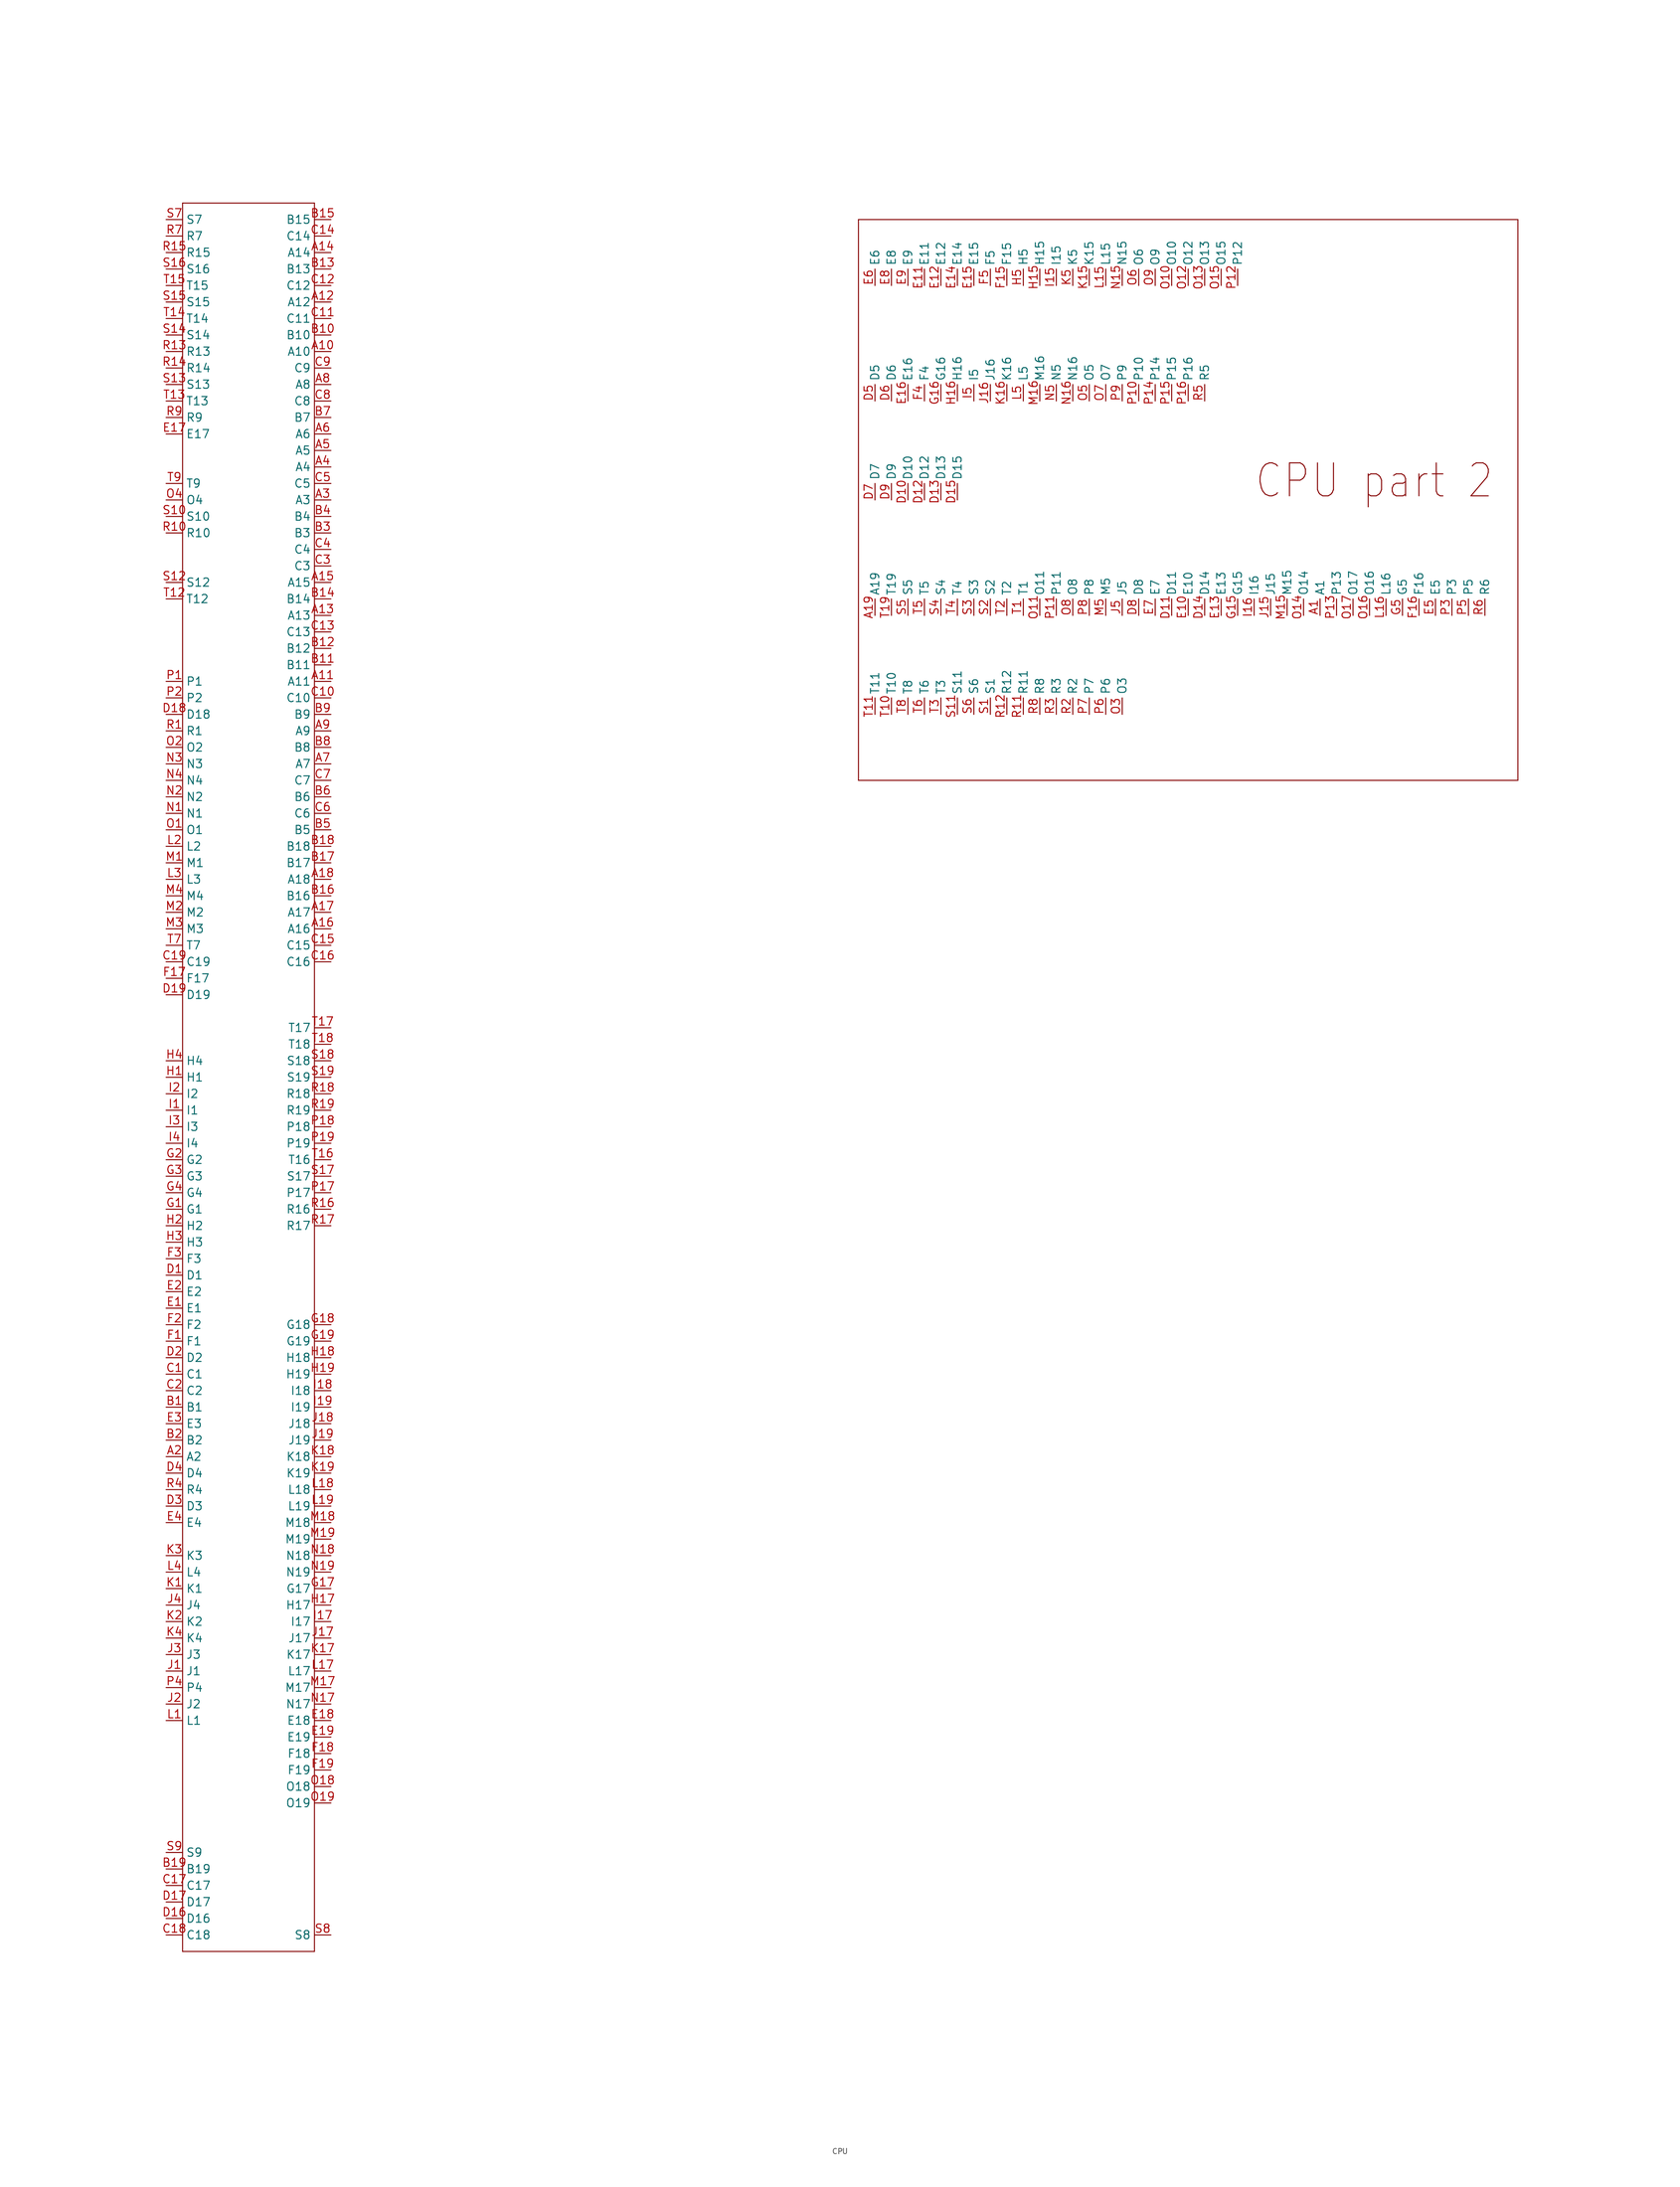
<source format=kicad_sym>
(kicad_symbol_lib
  (version 20231120)
  (generator "kicad_symbol_editor")
  (generator_version "8.0")
  (symbol "CPU"
    (property "Reference" ""
      (at -7.62 76.2 0)
      (effects (font (size 1.778 1.511)) (justify left bottom) (hide yes)))
    (property "Value" ""
      (at -10.16 -195.58 0)
      (effects (font (size 1.778 1.511)) (justify left bottom)))
    (property "ki_locked" ""
      (at 0 0 0)
      (effects (font (size 1.27 1.27))))
    (symbol "CPU_1_0"
      (polyline (pts (xy -10.16 76.2) (xy -10.16 -193.04)) (stroke (width 0.152) (type solid)) (fill (type none)))
      (polyline (pts (xy -10.16 76.2) (xy 10.16 76.2)) (stroke (width 0.152) (type solid)) (fill (type none)))
      (polyline (pts (xy 10.16 -193.04) (xy -10.16 -193.04)) (stroke (width 0.152) (type solid)) (fill (type none)))
      (polyline (pts (xy 10.16 76.2) (xy 10.16 -193.04)) (stroke (width 0.152) (type solid)) (fill (type none)))
      (polyline (pts (xy 93.98 -12.7) (xy 195.58 -12.7)) (stroke (width 0.152) (type solid)) (fill (type none)))
      (polyline (pts (xy 93.98 73.66) (xy 93.98 -12.7)) (stroke (width 0.152) (type solid)) (fill (type none)))
      (polyline (pts (xy 195.58 -12.7) (xy 195.58 73.66)) (stroke (width 0.152) (type solid)) (fill (type none)))
      (polyline (pts (xy 195.58 73.66) (xy 93.98 73.66)) (stroke (width 0.152) (type solid)) (fill (type none)))
      (text "CPU part 2" (at 154.94 30.48 0) (effects (font (size 5.08 4.318)) (justify left bottom)))
      (pin bidirectional line (at 165.1 12.7 90) (length 2.54) (name "A1" (effects (font (size 1.27 1.27)))) (number "A1" (effects (font (size 1.27 1.27)))))
      (pin bidirectional line (at 12.7 53.34 180) (length 2.54) (name "A10" (effects (font (size 1.27 1.27)))) (number "A10" (effects (font (size 1.27 1.27)))))
      (pin bidirectional line (at 12.7 2.54 180) (length 2.54) (name "A11" (effects (font (size 1.27 1.27)))) (number "A11" (effects (font (size 1.27 1.27)))))
      (pin bidirectional line (at 12.7 60.96 180) (length 2.54) (name "A12" (effects (font (size 1.27 1.27)))) (number "A12" (effects (font (size 1.27 1.27)))))
      (pin bidirectional line (at 12.7 12.7 180) (length 2.54) (name "A13" (effects (font (size 1.27 1.27)))) (number "A13" (effects (font (size 1.27 1.27)))))
      (pin bidirectional line (at 12.7 68.58 180) (length 2.54) (name "A14" (effects (font (size 1.27 1.27)))) (number "A14" (effects (font (size 1.27 1.27)))))
      (pin bidirectional line (at 12.7 17.78 180) (length 2.54) (name "A15" (effects (font (size 1.27 1.27)))) (number "A15" (effects (font (size 1.27 1.27)))))
      (pin bidirectional line (at 12.7 -35.56 180) (length 2.54) (name "A16" (effects (font (size 1.27 1.27)))) (number "A16" (effects (font (size 1.27 1.27)))))
      (pin bidirectional line (at 12.7 -33.02 180) (length 2.54) (name "A17" (effects (font (size 1.27 1.27)))) (number "A17" (effects (font (size 1.27 1.27)))))
      (pin bidirectional line (at 12.7 -27.94 180) (length 2.54) (name "A18" (effects (font (size 1.27 1.27)))) (number "A18" (effects (font (size 1.27 1.27)))))
      (pin bidirectional line (at 96.52 12.7 90) (length 2.54) (name "A19" (effects (font (size 1.27 1.27)))) (number "A19" (effects (font (size 1.27 1.27)))))
      (pin bidirectional line (at -12.7 -116.84 0) (length 2.54) (name "A2" (effects (font (size 1.27 1.27)))) (number "A2" (effects (font (size 1.27 1.27)))))
      (pin bidirectional line (at 12.7 30.48 180) (length 2.54) (name "A3" (effects (font (size 1.27 1.27)))) (number "A3" (effects (font (size 1.27 1.27)))))
      (pin bidirectional line (at 12.7 35.56 180) (length 2.54) (name "A4" (effects (font (size 1.27 1.27)))) (number "A4" (effects (font (size 1.27 1.27)))))
      (pin bidirectional line (at 12.7 38.1 180) (length 2.54) (name "A5" (effects (font (size 1.27 1.27)))) (number "A5" (effects (font (size 1.27 1.27)))))
      (pin bidirectional line (at 12.7 40.64 180) (length 2.54) (name "A6" (effects (font (size 1.27 1.27)))) (number "A6" (effects (font (size 1.27 1.27)))))
      (pin bidirectional line (at 12.7 -10.16 180) (length 2.54) (name "A7" (effects (font (size 1.27 1.27)))) (number "A7" (effects (font (size 1.27 1.27)))))
      (pin bidirectional line (at 12.7 48.26 180) (length 2.54) (name "A8" (effects (font (size 1.27 1.27)))) (number "A8" (effects (font (size 1.27 1.27)))))
      (pin bidirectional line (at 12.7 -5.08 180) (length 2.54) (name "A9" (effects (font (size 1.27 1.27)))) (number "A9" (effects (font (size 1.27 1.27)))))
      (pin bidirectional line (at -12.7 -109.22 0) (length 2.54) (name "B1" (effects (font (size 1.27 1.27)))) (number "B1" (effects (font (size 1.27 1.27)))))
      (pin bidirectional line (at 12.7 55.88 180) (length 2.54) (name "B10" (effects (font (size 1.27 1.27)))) (number "B10" (effects (font (size 1.27 1.27)))))
      (pin bidirectional line (at 12.7 5.08 180) (length 2.54) (name "B11" (effects (font (size 1.27 1.27)))) (number "B11" (effects (font (size 1.27 1.27)))))
      (pin bidirectional line (at 12.7 7.62 180) (length 2.54) (name "B12" (effects (font (size 1.27 1.27)))) (number "B12" (effects (font (size 1.27 1.27)))))
      (pin bidirectional line (at 12.7 66.04 180) (length 2.54) (name "B13" (effects (font (size 1.27 1.27)))) (number "B13" (effects (font (size 1.27 1.27)))))
      (pin bidirectional line (at 12.7 15.24 180) (length 2.54) (name "B14" (effects (font (size 1.27 1.27)))) (number "B14" (effects (font (size 1.27 1.27)))))
      (pin bidirectional line (at 12.7 73.66 180) (length 2.54) (name "B15" (effects (font (size 1.27 1.27)))) (number "B15" (effects (font (size 1.27 1.27)))))
      (pin bidirectional line (at 12.7 -30.48 180) (length 2.54) (name "B16" (effects (font (size 1.27 1.27)))) (number "B16" (effects (font (size 1.27 1.27)))))
      (pin bidirectional line (at 12.7 -25.4 180) (length 2.54) (name "B17" (effects (font (size 1.27 1.27)))) (number "B17" (effects (font (size 1.27 1.27)))))
      (pin bidirectional line (at 12.7 -22.86 180) (length 2.54) (name "B18" (effects (font (size 1.27 1.27)))) (number "B18" (effects (font (size 1.27 1.27)))))
      (pin bidirectional line (at -12.7 -180.34 0) (length 2.54) (name "B19" (effects (font (size 1.27 1.27)))) (number "B19" (effects (font (size 1.27 1.27)))))
      (pin bidirectional line (at -12.7 -114.3 0) (length 2.54) (name "B2" (effects (font (size 1.27 1.27)))) (number "B2" (effects (font (size 1.27 1.27)))))
      (pin bidirectional line (at 12.7 25.4 180) (length 2.54) (name "B3" (effects (font (size 1.27 1.27)))) (number "B3" (effects (font (size 1.27 1.27)))))
      (pin bidirectional line (at 12.7 27.94 180) (length 2.54) (name "B4" (effects (font (size 1.27 1.27)))) (number "B4" (effects (font (size 1.27 1.27)))))
      (pin bidirectional line (at 12.7 -20.32 180) (length 2.54) (name "B5" (effects (font (size 1.27 1.27)))) (number "B5" (effects (font (size 1.27 1.27)))))
      (pin bidirectional line (at 12.7 -15.24 180) (length 2.54) (name "B6" (effects (font (size 1.27 1.27)))) (number "B6" (effects (font (size 1.27 1.27)))))
      (pin bidirectional line (at 12.7 43.18 180) (length 2.54) (name "B7" (effects (font (size 1.27 1.27)))) (number "B7" (effects (font (size 1.27 1.27)))))
      (pin bidirectional line (at 12.7 -7.62 180) (length 2.54) (name "B8" (effects (font (size 1.27 1.27)))) (number "B8" (effects (font (size 1.27 1.27)))))
      (pin bidirectional line (at 12.7 -2.54 180) (length 2.54) (name "B9" (effects (font (size 1.27 1.27)))) (number "B9" (effects (font (size 1.27 1.27)))))
      (pin bidirectional line (at -12.7 -104.14 0) (length 2.54) (name "C1" (effects (font (size 1.27 1.27)))) (number "C1" (effects (font (size 1.27 1.27)))))
      (pin bidirectional line (at 12.7 0 180) (length 2.54) (name "C10" (effects (font (size 1.27 1.27)))) (number "C10" (effects (font (size 1.27 1.27)))))
      (pin bidirectional line (at 12.7 58.42 180) (length 2.54) (name "C11" (effects (font (size 1.27 1.27)))) (number "C11" (effects (font (size 1.27 1.27)))))
      (pin bidirectional line (at 12.7 63.5 180) (length 2.54) (name "C12" (effects (font (size 1.27 1.27)))) (number "C12" (effects (font (size 1.27 1.27)))))
      (pin bidirectional line (at 12.7 10.16 180) (length 2.54) (name "C13" (effects (font (size 1.27 1.27)))) (number "C13" (effects (font (size 1.27 1.27)))))
      (pin bidirectional line (at 12.7 71.12 180) (length 2.54) (name "C14" (effects (font (size 1.27 1.27)))) (number "C14" (effects (font (size 1.27 1.27)))))
      (pin bidirectional line (at 12.7 -38.1 180) (length 2.54) (name "C15" (effects (font (size 1.27 1.27)))) (number "C15" (effects (font (size 1.27 1.27)))))
      (pin bidirectional line (at 12.7 -40.64 180) (length 2.54) (name "C16" (effects (font (size 1.27 1.27)))) (number "C16" (effects (font (size 1.27 1.27)))))
      (pin bidirectional line (at -12.7 -182.88 0) (length 2.54) (name "C17" (effects (font (size 1.27 1.27)))) (number "C17" (effects (font (size 1.27 1.27)))))
      (pin bidirectional line (at -12.7 -190.5 0) (length 2.54) (name "C18" (effects (font (size 1.27 1.27)))) (number "C18" (effects (font (size 1.27 1.27)))))
      (pin bidirectional line (at -12.7 -40.64 0) (length 2.54) (name "C19" (effects (font (size 1.27 1.27)))) (number "C19" (effects (font (size 1.27 1.27)))))
      (pin bidirectional line (at -12.7 -106.68 0) (length 2.54) (name "C2" (effects (font (size 1.27 1.27)))) (number "C2" (effects (font (size 1.27 1.27)))))
      (pin bidirectional line (at 12.7 20.32 180) (length 2.54) (name "C3" (effects (font (size 1.27 1.27)))) (number "C3" (effects (font (size 1.27 1.27)))))
      (pin bidirectional line (at 12.7 22.86 180) (length 2.54) (name "C4" (effects (font (size 1.27 1.27)))) (number "C4" (effects (font (size 1.27 1.27)))))
      (pin bidirectional line (at 12.7 33.02 180) (length 2.54) (name "C5" (effects (font (size 1.27 1.27)))) (number "C5" (effects (font (size 1.27 1.27)))))
      (pin bidirectional line (at 12.7 -17.78 180) (length 2.54) (name "C6" (effects (font (size 1.27 1.27)))) (number "C6" (effects (font (size 1.27 1.27)))))
      (pin bidirectional line (at 12.7 -12.7 180) (length 2.54) (name "C7" (effects (font (size 1.27 1.27)))) (number "C7" (effects (font (size 1.27 1.27)))))
      (pin bidirectional line (at 12.7 45.72 180) (length 2.54) (name "C8" (effects (font (size 1.27 1.27)))) (number "C8" (effects (font (size 1.27 1.27)))))
      (pin bidirectional line (at 12.7 50.8 180) (length 2.54) (name "C9" (effects (font (size 1.27 1.27)))) (number "C9" (effects (font (size 1.27 1.27)))))
      (pin bidirectional line (at -12.7 -88.9 0) (length 2.54) (name "D1" (effects (font (size 1.27 1.27)))) (number "D1" (effects (font (size 1.27 1.27)))))
      (pin bidirectional line (at 101.6 30.48 90) (length 2.54) (name "D10" (effects (font (size 1.27 1.27)))) (number "D10" (effects (font (size 1.27 1.27)))))
      (pin bidirectional line (at 142.24 12.7 90) (length 2.54) (name "D11" (effects (font (size 1.27 1.27)))) (number "D11" (effects (font (size 1.27 1.27)))))
      (pin bidirectional line (at 104.14 30.48 90) (length 2.54) (name "D12" (effects (font (size 1.27 1.27)))) (number "D12" (effects (font (size 1.27 1.27)))))
      (pin bidirectional line (at 106.68 30.48 90) (length 2.54) (name "D13" (effects (font (size 1.27 1.27)))) (number "D13" (effects (font (size 1.27 1.27)))))
      (pin bidirectional line (at 147.32 12.7 90) (length 2.54) (name "D14" (effects (font (size 1.27 1.27)))) (number "D14" (effects (font (size 1.27 1.27)))))
      (pin bidirectional line (at 109.22 30.48 90) (length 2.54) (name "D15" (effects (font (size 1.27 1.27)))) (number "D15" (effects (font (size 1.27 1.27)))))
      (pin bidirectional line (at -12.7 -187.96 0) (length 2.54) (name "D16" (effects (font (size 1.27 1.27)))) (number "D16" (effects (font (size 1.27 1.27)))))
      (pin bidirectional line (at -12.7 -185.42 0) (length 2.54) (name "D17" (effects (font (size 1.27 1.27)))) (number "D17" (effects (font (size 1.27 1.27)))))
      (pin bidirectional line (at -12.7 -2.54 0) (length 2.54) (name "D18" (effects (font (size 1.27 1.27)))) (number "D18" (effects (font (size 1.27 1.27)))))
      (pin bidirectional line (at -12.7 -45.72 0) (length 2.54) (name "D19" (effects (font (size 1.27 1.27)))) (number "D19" (effects (font (size 1.27 1.27)))))
      (pin bidirectional line (at -12.7 -101.6 0) (length 2.54) (name "D2" (effects (font (size 1.27 1.27)))) (number "D2" (effects (font (size 1.27 1.27)))))
      (pin bidirectional line (at -12.7 -124.46 0) (length 2.54) (name "D3" (effects (font (size 1.27 1.27)))) (number "D3" (effects (font (size 1.27 1.27)))))
      (pin bidirectional line (at -12.7 -119.38 0) (length 2.54) (name "D4" (effects (font (size 1.27 1.27)))) (number "D4" (effects (font (size 1.27 1.27)))))
      (pin bidirectional line (at 96.52 45.72 90) (length 2.54) (name "D5" (effects (font (size 1.27 1.27)))) (number "D5" (effects (font (size 1.27 1.27)))))
      (pin bidirectional line (at 99.06 45.72 90) (length 2.54) (name "D6" (effects (font (size 1.27 1.27)))) (number "D6" (effects (font (size 1.27 1.27)))))
      (pin bidirectional line (at 96.52 30.48 90) (length 2.54) (name "D7" (effects (font (size 1.27 1.27)))) (number "D7" (effects (font (size 1.27 1.27)))))
      (pin bidirectional line (at 137.16 12.7 90) (length 2.54) (name "D8" (effects (font (size 1.27 1.27)))) (number "D8" (effects (font (size 1.27 1.27)))))
      (pin bidirectional line (at 99.06 30.48 90) (length 2.54) (name "D9" (effects (font (size 1.27 1.27)))) (number "D9" (effects (font (size 1.27 1.27)))))
      (pin bidirectional line (at -12.7 -93.98 0) (length 2.54) (name "E1" (effects (font (size 1.27 1.27)))) (number "E1" (effects (font (size 1.27 1.27)))))
      (pin bidirectional line (at 144.78 12.7 90) (length 2.54) (name "E10" (effects (font (size 1.27 1.27)))) (number "E10" (effects (font (size 1.27 1.27)))))
      (pin bidirectional line (at 104.14 63.5 90) (length 2.54) (name "E11" (effects (font (size 1.27 1.27)))) (number "E11" (effects (font (size 1.27 1.27)))))
      (pin bidirectional line (at 106.68 63.5 90) (length 2.54) (name "E12" (effects (font (size 1.27 1.27)))) (number "E12" (effects (font (size 1.27 1.27)))))
      (pin bidirectional line (at 149.86 12.7 90) (length 2.54) (name "E13" (effects (font (size 1.27 1.27)))) (number "E13" (effects (font (size 1.27 1.27)))))
      (pin bidirectional line (at 109.22 63.5 90) (length 2.54) (name "E14" (effects (font (size 1.27 1.27)))) (number "E14" (effects (font (size 1.27 1.27)))))
      (pin bidirectional line (at 111.76 63.5 90) (length 2.54) (name "E15" (effects (font (size 1.27 1.27)))) (number "E15" (effects (font (size 1.27 1.27)))))
      (pin bidirectional line (at 101.6 45.72 90) (length 2.54) (name "E16" (effects (font (size 1.27 1.27)))) (number "E16" (effects (font (size 1.27 1.27)))))
      (pin bidirectional line (at -12.7 40.64 0) (length 2.54) (name "E17" (effects (font (size 1.27 1.27)))) (number "E17" (effects (font (size 1.27 1.27)))))
      (pin bidirectional line (at 12.7 -157.48 180) (length 2.54) (name "E18" (effects (font (size 1.27 1.27)))) (number "E18" (effects (font (size 1.27 1.27)))))
      (pin bidirectional line (at 12.7 -160.02 180) (length 2.54) (name "E19" (effects (font (size 1.27 1.27)))) (number "E19" (effects (font (size 1.27 1.27)))))
      (pin bidirectional line (at -12.7 -91.44 0) (length 2.54) (name "E2" (effects (font (size 1.27 1.27)))) (number "E2" (effects (font (size 1.27 1.27)))))
      (pin bidirectional line (at -12.7 -111.76 0) (length 2.54) (name "E3" (effects (font (size 1.27 1.27)))) (number "E3" (effects (font (size 1.27 1.27)))))
      (pin bidirectional line (at -12.7 -127 0) (length 2.54) (name "E4" (effects (font (size 1.27 1.27)))) (number "E4" (effects (font (size 1.27 1.27)))))
      (pin bidirectional line (at 182.88 12.7 90) (length 2.54) (name "E5" (effects (font (size 1.27 1.27)))) (number "E5" (effects (font (size 1.27 1.27)))))
      (pin bidirectional line (at 96.52 63.5 90) (length 2.54) (name "E6" (effects (font (size 1.27 1.27)))) (number "E6" (effects (font (size 1.27 1.27)))))
      (pin bidirectional line (at 139.7 12.7 90) (length 2.54) (name "E7" (effects (font (size 1.27 1.27)))) (number "E7" (effects (font (size 1.27 1.27)))))
      (pin bidirectional line (at 99.06 63.5 90) (length 2.54) (name "E8" (effects (font (size 1.27 1.27)))) (number "E8" (effects (font (size 1.27 1.27)))))
      (pin bidirectional line (at 101.6 63.5 90) (length 2.54) (name "E9" (effects (font (size 1.27 1.27)))) (number "E9" (effects (font (size 1.27 1.27)))))
      (pin bidirectional line (at -12.7 -99.06 0) (length 2.54) (name "F1" (effects (font (size 1.27 1.27)))) (number "F1" (effects (font (size 1.27 1.27)))))
      (pin bidirectional line (at 116.84 63.5 90) (length 2.54) (name "F15" (effects (font (size 1.27 1.27)))) (number "F15" (effects (font (size 1.27 1.27)))))
      (pin bidirectional line (at 180.34 12.7 90) (length 2.54) (name "F16" (effects (font (size 1.27 1.27)))) (number "F16" (effects (font (size 1.27 1.27)))))
      (pin bidirectional line (at -12.7 -43.18 0) (length 2.54) (name "F17" (effects (font (size 1.27 1.27)))) (number "F17" (effects (font (size 1.27 1.27)))))
      (pin bidirectional line (at 12.7 -162.56 180) (length 2.54) (name "F18" (effects (font (size 1.27 1.27)))) (number "F18" (effects (font (size 1.27 1.27)))))
      (pin bidirectional line (at 12.7 -165.1 180) (length 2.54) (name "F19" (effects (font (size 1.27 1.27)))) (number "F19" (effects (font (size 1.27 1.27)))))
      (pin bidirectional line (at -12.7 -96.52 0) (length 2.54) (name "F2" (effects (font (size 1.27 1.27)))) (number "F2" (effects (font (size 1.27 1.27)))))
      (pin bidirectional line (at -12.7 -86.36 0) (length 2.54) (name "F3" (effects (font (size 1.27 1.27)))) (number "F3" (effects (font (size 1.27 1.27)))))
      (pin bidirectional line (at 104.14 45.72 90) (length 2.54) (name "F4" (effects (font (size 1.27 1.27)))) (number "F4" (effects (font (size 1.27 1.27)))))
      (pin bidirectional line (at 114.3 63.5 90) (length 2.54) (name "F5" (effects (font (size 1.27 1.27)))) (number "F5" (effects (font (size 1.27 1.27)))))
      (pin bidirectional line (at -12.7 -78.74 0) (length 2.54) (name "G1" (effects (font (size 1.27 1.27)))) (number "G1" (effects (font (size 1.27 1.27)))))
      (pin bidirectional line (at 152.4 12.7 90) (length 2.54) (name "G15" (effects (font (size 1.27 1.27)))) (number "G15" (effects (font (size 1.27 1.27)))))
      (pin bidirectional line (at 106.68 45.72 90) (length 2.54) (name "G16" (effects (font (size 1.27 1.27)))) (number "G16" (effects (font (size 1.27 1.27)))))
      (pin bidirectional line (at 12.7 -137.16 180) (length 2.54) (name "G17" (effects (font (size 1.27 1.27)))) (number "G17" (effects (font (size 1.27 1.27)))))
      (pin bidirectional line (at 12.7 -96.52 180) (length 2.54) (name "G18" (effects (font (size 1.27 1.27)))) (number "G18" (effects (font (size 1.27 1.27)))))
      (pin bidirectional line (at 12.7 -99.06 180) (length 2.54) (name "G19" (effects (font (size 1.27 1.27)))) (number "G19" (effects (font (size 1.27 1.27)))))
      (pin bidirectional line (at -12.7 -71.12 0) (length 2.54) (name "G2" (effects (font (size 1.27 1.27)))) (number "G2" (effects (font (size 1.27 1.27)))))
      (pin bidirectional line (at -12.7 -73.66 0) (length 2.54) (name "G3" (effects (font (size 1.27 1.27)))) (number "G3" (effects (font (size 1.27 1.27)))))
      (pin bidirectional line (at -12.7 -76.2 0) (length 2.54) (name "G4" (effects (font (size 1.27 1.27)))) (number "G4" (effects (font (size 1.27 1.27)))))
      (pin bidirectional line (at 177.8 12.7 90) (length 2.54) (name "G5" (effects (font (size 1.27 1.27)))) (number "G5" (effects (font (size 1.27 1.27)))))
      (pin bidirectional line (at -12.7 -58.42 0) (length 2.54) (name "H1" (effects (font (size 1.27 1.27)))) (number "H1" (effects (font (size 1.27 1.27)))))
      (pin bidirectional line (at 121.92 63.5 90) (length 2.54) (name "H15" (effects (font (size 1.27 1.27)))) (number "H15" (effects (font (size 1.27 1.27)))))
      (pin bidirectional line (at 109.22 45.72 90) (length 2.54) (name "H16" (effects (font (size 1.27 1.27)))) (number "H16" (effects (font (size 1.27 1.27)))))
      (pin bidirectional line (at 12.7 -139.7 180) (length 2.54) (name "H17" (effects (font (size 1.27 1.27)))) (number "H17" (effects (font (size 1.27 1.27)))))
      (pin bidirectional line (at 12.7 -101.6 180) (length 2.54) (name "H18" (effects (font (size 1.27 1.27)))) (number "H18" (effects (font (size 1.27 1.27)))))
      (pin bidirectional line (at 12.7 -104.14 180) (length 2.54) (name "H19" (effects (font (size 1.27 1.27)))) (number "H19" (effects (font (size 1.27 1.27)))))
      (pin bidirectional line (at -12.7 -81.28 0) (length 2.54) (name "H2" (effects (font (size 1.27 1.27)))) (number "H2" (effects (font (size 1.27 1.27)))))
      (pin bidirectional line (at -12.7 -83.82 0) (length 2.54) (name "H3" (effects (font (size 1.27 1.27)))) (number "H3" (effects (font (size 1.27 1.27)))))
      (pin bidirectional line (at -12.7 -55.88 0) (length 2.54) (name "H4" (effects (font (size 1.27 1.27)))) (number "H4" (effects (font (size 1.27 1.27)))))
      (pin bidirectional line (at 119.38 63.5 90) (length 2.54) (name "H5" (effects (font (size 1.27 1.27)))) (number "H5" (effects (font (size 1.27 1.27)))))
      (pin bidirectional line (at -12.7 -63.5 0) (length 2.54) (name "I1" (effects (font (size 1.27 1.27)))) (number "I1" (effects (font (size 1.27 1.27)))))
      (pin bidirectional line (at 124.46 63.5 90) (length 2.54) (name "I15" (effects (font (size 1.27 1.27)))) (number "I15" (effects (font (size 1.27 1.27)))))
      (pin bidirectional line (at 154.94 12.7 90) (length 2.54) (name "I16" (effects (font (size 1.27 1.27)))) (number "I16" (effects (font (size 1.27 1.27)))))
      (pin bidirectional line (at 12.7 -142.24 180) (length 2.54) (name "I17" (effects (font (size 1.27 1.27)))) (number "I17" (effects (font (size 1.27 1.27)))))
      (pin bidirectional line (at 12.7 -106.68 180) (length 2.54) (name "I18" (effects (font (size 1.27 1.27)))) (number "I18" (effects (font (size 1.27 1.27)))))
      (pin bidirectional line (at 12.7 -109.22 180) (length 2.54) (name "I19" (effects (font (size 1.27 1.27)))) (number "I19" (effects (font (size 1.27 1.27)))))
      (pin bidirectional line (at -12.7 -60.96 0) (length 2.54) (name "I2" (effects (font (size 1.27 1.27)))) (number "I2" (effects (font (size 1.27 1.27)))))
      (pin bidirectional line (at -12.7 -66.04 0) (length 2.54) (name "I3" (effects (font (size 1.27 1.27)))) (number "I3" (effects (font (size 1.27 1.27)))))
      (pin bidirectional line (at -12.7 -68.58 0) (length 2.54) (name "I4" (effects (font (size 1.27 1.27)))) (number "I4" (effects (font (size 1.27 1.27)))))
      (pin bidirectional line (at 111.76 45.72 90) (length 2.54) (name "I5" (effects (font (size 1.27 1.27)))) (number "I5" (effects (font (size 1.27 1.27)))))
      (pin bidirectional line (at -12.7 -149.86 0) (length 2.54) (name "J1" (effects (font (size 1.27 1.27)))) (number "J1" (effects (font (size 1.27 1.27)))))
      (pin bidirectional line (at 157.48 12.7 90) (length 2.54) (name "J15" (effects (font (size 1.27 1.27)))) (number "J15" (effects (font (size 1.27 1.27)))))
      (pin bidirectional line (at 114.3 45.72 90) (length 2.54) (name "J16" (effects (font (size 1.27 1.27)))) (number "J16" (effects (font (size 1.27 1.27)))))
      (pin bidirectional line (at 12.7 -144.78 180) (length 2.54) (name "J17" (effects (font (size 1.27 1.27)))) (number "J17" (effects (font (size 1.27 1.27)))))
      (pin bidirectional line (at 12.7 -111.76 180) (length 2.54) (name "J18" (effects (font (size 1.27 1.27)))) (number "J18" (effects (font (size 1.27 1.27)))))
      (pin bidirectional line (at 12.7 -114.3 180) (length 2.54) (name "J19" (effects (font (size 1.27 1.27)))) (number "J19" (effects (font (size 1.27 1.27)))))
      (pin bidirectional line (at -12.7 -154.94 0) (length 2.54) (name "J2" (effects (font (size 1.27 1.27)))) (number "J2" (effects (font (size 1.27 1.27)))))
      (pin bidirectional line (at -12.7 -147.32 0) (length 2.54) (name "J3" (effects (font (size 1.27 1.27)))) (number "J3" (effects (font (size 1.27 1.27)))))
      (pin bidirectional line (at -12.7 -139.7 0) (length 2.54) (name "J4" (effects (font (size 1.27 1.27)))) (number "J4" (effects (font (size 1.27 1.27)))))
      (pin bidirectional line (at 134.62 12.7 90) (length 2.54) (name "J5" (effects (font (size 1.27 1.27)))) (number "J5" (effects (font (size 1.27 1.27)))))
      (pin bidirectional line (at -12.7 -137.16 0) (length 2.54) (name "K1" (effects (font (size 1.27 1.27)))) (number "K1" (effects (font (size 1.27 1.27)))))
      (pin bidirectional line (at 129.54 63.5 90) (length 2.54) (name "K15" (effects (font (size 1.27 1.27)))) (number "K15" (effects (font (size 1.27 1.27)))))
      (pin bidirectional line (at 116.84 45.72 90) (length 2.54) (name "K16" (effects (font (size 1.27 1.27)))) (number "K16" (effects (font (size 1.27 1.27)))))
      (pin bidirectional line (at 12.7 -147.32 180) (length 2.54) (name "K17" (effects (font (size 1.27 1.27)))) (number "K17" (effects (font (size 1.27 1.27)))))
      (pin bidirectional line (at 12.7 -116.84 180) (length 2.54) (name "K18" (effects (font (size 1.27 1.27)))) (number "K18" (effects (font (size 1.27 1.27)))))
      (pin bidirectional line (at 12.7 -119.38 180) (length 2.54) (name "K19" (effects (font (size 1.27 1.27)))) (number "K19" (effects (font (size 1.27 1.27)))))
      (pin bidirectional line (at -12.7 -142.24 0) (length 2.54) (name "K2" (effects (font (size 1.27 1.27)))) (number "K2" (effects (font (size 1.27 1.27)))))
      (pin bidirectional line (at -12.7 -132.08 0) (length 2.54) (name "K3" (effects (font (size 1.27 1.27)))) (number "K3" (effects (font (size 1.27 1.27)))))
      (pin bidirectional line (at -12.7 -144.78 0) (length 2.54) (name "K4" (effects (font (size 1.27 1.27)))) (number "K4" (effects (font (size 1.27 1.27)))))
      (pin bidirectional line (at 127 63.5 90) (length 2.54) (name "K5" (effects (font (size 1.27 1.27)))) (number "K5" (effects (font (size 1.27 1.27)))))
      (pin bidirectional line (at -12.7 -157.48 0) (length 2.54) (name "L1" (effects (font (size 1.27 1.27)))) (number "L1" (effects (font (size 1.27 1.27)))))
      (pin bidirectional line (at 132.08 63.5 90) (length 2.54) (name "L15" (effects (font (size 1.27 1.27)))) (number "L15" (effects (font (size 1.27 1.27)))))
      (pin bidirectional line (at 175.26 12.7 90) (length 2.54) (name "L16" (effects (font (size 1.27 1.27)))) (number "L16" (effects (font (size 1.27 1.27)))))
      (pin bidirectional line (at 12.7 -149.86 180) (length 2.54) (name "L17" (effects (font (size 1.27 1.27)))) (number "L17" (effects (font (size 1.27 1.27)))))
      (pin bidirectional line (at 12.7 -121.92 180) (length 2.54) (name "L18" (effects (font (size 1.27 1.27)))) (number "L18" (effects (font (size 1.27 1.27)))))
      (pin bidirectional line (at 12.7 -124.46 180) (length 2.54) (name "L19" (effects (font (size 1.27 1.27)))) (number "L19" (effects (font (size 1.27 1.27)))))
      (pin bidirectional line (at -12.7 -22.86 0) (length 2.54) (name "L2" (effects (font (size 1.27 1.27)))) (number "L2" (effects (font (size 1.27 1.27)))))
      (pin bidirectional line (at -12.7 -27.94 0) (length 2.54) (name "L3" (effects (font (size 1.27 1.27)))) (number "L3" (effects (font (size 1.27 1.27)))))
      (pin bidirectional line (at -12.7 -134.62 0) (length 2.54) (name "L4" (effects (font (size 1.27 1.27)))) (number "L4" (effects (font (size 1.27 1.27)))))
      (pin bidirectional line (at 119.38 45.72 90) (length 2.54) (name "L5" (effects (font (size 1.27 1.27)))) (number "L5" (effects (font (size 1.27 1.27)))))
      (pin bidirectional line (at -12.7 -25.4 0) (length 2.54) (name "M1" (effects (font (size 1.27 1.27)))) (number "M1" (effects (font (size 1.27 1.27)))))
      (pin bidirectional line (at 160.02 12.7 90) (length 2.54) (name "M15" (effects (font (size 1.27 1.27)))) (number "M15" (effects (font (size 1.27 1.27)))))
      (pin bidirectional line (at 121.92 45.72 90) (length 2.54) (name "M16" (effects (font (size 1.27 1.27)))) (number "M16" (effects (font (size 1.27 1.27)))))
      (pin bidirectional line (at 12.7 -152.4 180) (length 2.54) (name "M17" (effects (font (size 1.27 1.27)))) (number "M17" (effects (font (size 1.27 1.27)))))
      (pin bidirectional line (at 12.7 -127 180) (length 2.54) (name "M18" (effects (font (size 1.27 1.27)))) (number "M18" (effects (font (size 1.27 1.27)))))
      (pin bidirectional line (at 12.7 -129.54 180) (length 2.54) (name "M19" (effects (font (size 1.27 1.27)))) (number "M19" (effects (font (size 1.27 1.27)))))
      (pin bidirectional line (at -12.7 -33.02 0) (length 2.54) (name "M2" (effects (font (size 1.27 1.27)))) (number "M2" (effects (font (size 1.27 1.27)))))
      (pin bidirectional line (at -12.7 -35.56 0) (length 2.54) (name "M3" (effects (font (size 1.27 1.27)))) (number "M3" (effects (font (size 1.27 1.27)))))
      (pin bidirectional line (at -12.7 -30.48 0) (length 2.54) (name "M4" (effects (font (size 1.27 1.27)))) (number "M4" (effects (font (size 1.27 1.27)))))
      (pin bidirectional line (at 132.08 12.7 90) (length 2.54) (name "M5" (effects (font (size 1.27 1.27)))) (number "M5" (effects (font (size 1.27 1.27)))))
      (pin bidirectional line (at -12.7 -17.78 0) (length 2.54) (name "N1" (effects (font (size 1.27 1.27)))) (number "N1" (effects (font (size 1.27 1.27)))))
      (pin bidirectional line (at 134.62 63.5 90) (length 2.54) (name "N15" (effects (font (size 1.27 1.27)))) (number "N15" (effects (font (size 1.27 1.27)))))
      (pin bidirectional line (at 127 45.72 90) (length 2.54) (name "N16" (effects (font (size 1.27 1.27)))) (number "N16" (effects (font (size 1.27 1.27)))))
      (pin bidirectional line (at 12.7 -154.94 180) (length 2.54) (name "N17" (effects (font (size 1.27 1.27)))) (number "N17" (effects (font (size 1.27 1.27)))))
      (pin bidirectional line (at 12.7 -132.08 180) (length 2.54) (name "N18" (effects (font (size 1.27 1.27)))) (number "N18" (effects (font (size 1.27 1.27)))))
      (pin bidirectional line (at 12.7 -134.62 180) (length 2.54) (name "N19" (effects (font (size 1.27 1.27)))) (number "N19" (effects (font (size 1.27 1.27)))))
      (pin bidirectional line (at -12.7 -15.24 0) (length 2.54) (name "N2" (effects (font (size 1.27 1.27)))) (number "N2" (effects (font (size 1.27 1.27)))))
      (pin bidirectional line (at -12.7 -10.16 0) (length 2.54) (name "N3" (effects (font (size 1.27 1.27)))) (number "N3" (effects (font (size 1.27 1.27)))))
      (pin bidirectional line (at -12.7 -12.7 0) (length 2.54) (name "N4" (effects (font (size 1.27 1.27)))) (number "N4" (effects (font (size 1.27 1.27)))))
      (pin bidirectional line (at 124.46 45.72 90) (length 2.54) (name "N5" (effects (font (size 1.27 1.27)))) (number "N5" (effects (font (size 1.27 1.27)))))
      (pin bidirectional line (at -12.7 -20.32 0) (length 2.54) (name "O1" (effects (font (size 1.27 1.27)))) (number "O1" (effects (font (size 1.27 1.27)))))
      (pin bidirectional line (at 142.24 63.5 90) (length 2.54) (name "O10" (effects (font (size 1.27 1.27)))) (number "O10" (effects (font (size 1.27 1.27)))))
      (pin bidirectional line (at 121.92 12.7 90) (length 2.54) (name "O11" (effects (font (size 1.27 1.27)))) (number "O11" (effects (font (size 1.27 1.27)))))
      (pin bidirectional line (at 144.78 63.5 90) (length 2.54) (name "O12" (effects (font (size 1.27 1.27)))) (number "O12" (effects (font (size 1.27 1.27)))))
      (pin bidirectional line (at 147.32 63.5 90) (length 2.54) (name "O13" (effects (font (size 1.27 1.27)))) (number "O13" (effects (font (size 1.27 1.27)))))
      (pin bidirectional line (at 162.56 12.7 90) (length 2.54) (name "O14" (effects (font (size 1.27 1.27)))) (number "O14" (effects (font (size 1.27 1.27)))))
      (pin bidirectional line (at 149.86 63.5 90) (length 2.54) (name "O15" (effects (font (size 1.27 1.27)))) (number "O15" (effects (font (size 1.27 1.27)))))
      (pin bidirectional line (at 172.72 12.7 90) (length 2.54) (name "O16" (effects (font (size 1.27 1.27)))) (number "O16" (effects (font (size 1.27 1.27)))))
      (pin bidirectional line (at 170.18 12.7 90) (length 2.54) (name "O17" (effects (font (size 1.27 1.27)))) (number "O17" (effects (font (size 1.27 1.27)))))
      (pin bidirectional line (at 12.7 -167.64 180) (length 2.54) (name "O18" (effects (font (size 1.27 1.27)))) (number "O18" (effects (font (size 1.27 1.27)))))
      (pin bidirectional line (at 12.7 -170.18 180) (length 2.54) (name "O19" (effects (font (size 1.27 1.27)))) (number "O19" (effects (font (size 1.27 1.27)))))
      (pin bidirectional line (at -12.7 -7.62 0) (length 2.54) (name "O2" (effects (font (size 1.27 1.27)))) (number "O2" (effects (font (size 1.27 1.27)))))
      (pin bidirectional line (at 134.62 -2.54 90) (length 2.54) (name "O3" (effects (font (size 1.27 1.27)))) (number "O3" (effects (font (size 1.27 1.27)))))
      (pin bidirectional line (at -12.7 30.48 0) (length 2.54) (name "O4" (effects (font (size 1.27 1.27)))) (number "O4" (effects (font (size 1.27 1.27)))))
      (pin bidirectional line (at 129.54 45.72 90) (length 2.54) (name "O5" (effects (font (size 1.27 1.27)))) (number "O5" (effects (font (size 1.27 1.27)))))
      (pin bidirectional line (at 137.16 63.5 90) (length 2.54) (name "O6" (effects (font (size 1.27 1.27)))) (number "O6" (effects (font (size 1.27 1.27)))))
      (pin bidirectional line (at 132.08 45.72 90) (length 2.54) (name "O7" (effects (font (size 1.27 1.27)))) (number "O7" (effects (font (size 1.27 1.27)))))
      (pin bidirectional line (at 127 12.7 90) (length 2.54) (name "O8" (effects (font (size 1.27 1.27)))) (number "O8" (effects (font (size 1.27 1.27)))))
      (pin bidirectional line (at 139.7 63.5 90) (length 2.54) (name "O9" (effects (font (size 1.27 1.27)))) (number "O9" (effects (font (size 1.27 1.27)))))
      (pin bidirectional line (at -12.7 2.54 0) (length 2.54) (name "P1" (effects (font (size 1.27 1.27)))) (number "P1" (effects (font (size 1.27 1.27)))))
      (pin bidirectional line (at 137.16 45.72 90) (length 2.54) (name "P10" (effects (font (size 1.27 1.27)))) (number "P10" (effects (font (size 1.27 1.27)))))
      (pin bidirectional line (at 124.46 12.7 90) (length 2.54) (name "P11" (effects (font (size 1.27 1.27)))) (number "P11" (effects (font (size 1.27 1.27)))))
      (pin bidirectional line (at 152.4 63.5 90) (length 2.54) (name "P12" (effects (font (size 1.27 1.27)))) (number "P12" (effects (font (size 1.27 1.27)))))
      (pin bidirectional line (at 167.64 12.7 90) (length 2.54) (name "P13" (effects (font (size 1.27 1.27)))) (number "P13" (effects (font (size 1.27 1.27)))))
      (pin bidirectional line (at 139.7 45.72 90) (length 2.54) (name "P14" (effects (font (size 1.27 1.27)))) (number "P14" (effects (font (size 1.27 1.27)))))
      (pin bidirectional line (at 142.24 45.72 90) (length 2.54) (name "P15" (effects (font (size 1.27 1.27)))) (number "P15" (effects (font (size 1.27 1.27)))))
      (pin bidirectional line (at 144.78 45.72 90) (length 2.54) (name "P16" (effects (font (size 1.27 1.27)))) (number "P16" (effects (font (size 1.27 1.27)))))
      (pin bidirectional line (at 12.7 -76.2 180) (length 2.54) (name "P17" (effects (font (size 1.27 1.27)))) (number "P17" (effects (font (size 1.27 1.27)))))
      (pin bidirectional line (at 12.7 -66.04 180) (length 2.54) (name "P18" (effects (font (size 1.27 1.27)))) (number "P18" (effects (font (size 1.27 1.27)))))
      (pin bidirectional line (at 12.7 -68.58 180) (length 2.54) (name "P19" (effects (font (size 1.27 1.27)))) (number "P19" (effects (font (size 1.27 1.27)))))
      (pin bidirectional line (at -12.7 0 0) (length 2.54) (name "P2" (effects (font (size 1.27 1.27)))) (number "P2" (effects (font (size 1.27 1.27)))))
      (pin bidirectional line (at 185.42 12.7 90) (length 2.54) (name "P3" (effects (font (size 1.27 1.27)))) (number "P3" (effects (font (size 1.27 1.27)))))
      (pin bidirectional line (at -12.7 -152.4 0) (length 2.54) (name "P4" (effects (font (size 1.27 1.27)))) (number "P4" (effects (font (size 1.27 1.27)))))
      (pin bidirectional line (at 187.96 12.7 90) (length 2.54) (name "P5" (effects (font (size 1.27 1.27)))) (number "P5" (effects (font (size 1.27 1.27)))))
      (pin bidirectional line (at 132.08 -2.54 90) (length 2.54) (name "P6" (effects (font (size 1.27 1.27)))) (number "P6" (effects (font (size 1.27 1.27)))))
      (pin bidirectional line (at 129.54 -2.54 90) (length 2.54) (name "P7" (effects (font (size 1.27 1.27)))) (number "P7" (effects (font (size 1.27 1.27)))))
      (pin bidirectional line (at 129.54 12.7 90) (length 2.54) (name "P8" (effects (font (size 1.27 1.27)))) (number "P8" (effects (font (size 1.27 1.27)))))
      (pin bidirectional line (at 134.62 45.72 90) (length 2.54) (name "P9" (effects (font (size 1.27 1.27)))) (number "P9" (effects (font (size 1.27 1.27)))))
      (pin bidirectional line (at -12.7 -5.08 0) (length 2.54) (name "R1" (effects (font (size 1.27 1.27)))) (number "R1" (effects (font (size 1.27 1.27)))))
      (pin bidirectional line (at -12.7 25.4 0) (length 2.54) (name "R10" (effects (font (size 1.27 1.27)))) (number "R10" (effects (font (size 1.27 1.27)))))
      (pin bidirectional line (at 119.38 -2.54 90) (length 2.54) (name "R11" (effects (font (size 1.27 1.27)))) (number "R11" (effects (font (size 1.27 1.27)))))
      (pin bidirectional line (at 116.84 -2.54 90) (length 2.54) (name "R12" (effects (font (size 1.27 1.27)))) (number "R12" (effects (font (size 1.27 1.27)))))
      (pin bidirectional line (at -12.7 53.34 0) (length 2.54) (name "R13" (effects (font (size 1.27 1.27)))) (number "R13" (effects (font (size 1.27 1.27)))))
      (pin bidirectional line (at -12.7 50.8 0) (length 2.54) (name "R14" (effects (font (size 1.27 1.27)))) (number "R14" (effects (font (size 1.27 1.27)))))
      (pin bidirectional line (at -12.7 68.58 0) (length 2.54) (name "R15" (effects (font (size 1.27 1.27)))) (number "R15" (effects (font (size 1.27 1.27)))))
      (pin bidirectional line (at 12.7 -78.74 180) (length 2.54) (name "R16" (effects (font (size 1.27 1.27)))) (number "R16" (effects (font (size 1.27 1.27)))))
      (pin bidirectional line (at 12.7 -81.28 180) (length 2.54) (name "R17" (effects (font (size 1.27 1.27)))) (number "R17" (effects (font (size 1.27 1.27)))))
      (pin bidirectional line (at 12.7 -60.96 180) (length 2.54) (name "R18" (effects (font (size 1.27 1.27)))) (number "R18" (effects (font (size 1.27 1.27)))))
      (pin bidirectional line (at 12.7 -63.5 180) (length 2.54) (name "R19" (effects (font (size 1.27 1.27)))) (number "R19" (effects (font (size 1.27 1.27)))))
      (pin bidirectional line (at 127 -2.54 90) (length 2.54) (name "R2" (effects (font (size 1.27 1.27)))) (number "R2" (effects (font (size 1.27 1.27)))))
      (pin bidirectional line (at 124.46 -2.54 90) (length 2.54) (name "R3" (effects (font (size 1.27 1.27)))) (number "R3" (effects (font (size 1.27 1.27)))))
      (pin bidirectional line (at -12.7 -121.92 0) (length 2.54) (name "R4" (effects (font (size 1.27 1.27)))) (number "R4" (effects (font (size 1.27 1.27)))))
      (pin bidirectional line (at 147.32 45.72 90) (length 2.54) (name "R5" (effects (font (size 1.27 1.27)))) (number "R5" (effects (font (size 1.27 1.27)))))
      (pin bidirectional line (at 190.5 12.7 90) (length 2.54) (name "R6" (effects (font (size 1.27 1.27)))) (number "R6" (effects (font (size 1.27 1.27)))))
      (pin bidirectional line (at -12.7 71.12 0) (length 2.54) (name "R7" (effects (font (size 1.27 1.27)))) (number "R7" (effects (font (size 1.27 1.27)))))
      (pin bidirectional line (at 121.92 -2.54 90) (length 2.54) (name "R8" (effects (font (size 1.27 1.27)))) (number "R8" (effects (font (size 1.27 1.27)))))
      (pin bidirectional line (at -12.7 43.18 0) (length 2.54) (name "R9" (effects (font (size 1.27 1.27)))) (number "R9" (effects (font (size 1.27 1.27)))))
      (pin bidirectional line (at 114.3 -2.54 90) (length 2.54) (name "S1" (effects (font (size 1.27 1.27)))) (number "S1" (effects (font (size 1.27 1.27)))))
      (pin bidirectional line (at -12.7 27.94 0) (length 2.54) (name "S10" (effects (font (size 1.27 1.27)))) (number "S10" (effects (font (size 1.27 1.27)))))
      (pin bidirectional line (at 109.22 -2.54 90) (length 2.54) (name "S11" (effects (font (size 1.27 1.27)))) (number "S11" (effects (font (size 1.27 1.27)))))
      (pin bidirectional line (at -12.7 17.78 0) (length 2.54) (name "S12" (effects (font (size 1.27 1.27)))) (number "S12" (effects (font (size 1.27 1.27)))))
      (pin bidirectional line (at -12.7 48.26 0) (length 2.54) (name "S13" (effects (font (size 1.27 1.27)))) (number "S13" (effects (font (size 1.27 1.27)))))
      (pin bidirectional line (at -12.7 55.88 0) (length 2.54) (name "S14" (effects (font (size 1.27 1.27)))) (number "S14" (effects (font (size 1.27 1.27)))))
      (pin bidirectional line (at -12.7 60.96 0) (length 2.54) (name "S15" (effects (font (size 1.27 1.27)))) (number "S15" (effects (font (size 1.27 1.27)))))
      (pin bidirectional line (at -12.7 66.04 0) (length 2.54) (name "S16" (effects (font (size 1.27 1.27)))) (number "S16" (effects (font (size 1.27 1.27)))))
      (pin bidirectional line (at 12.7 -73.66 180) (length 2.54) (name "S17" (effects (font (size 1.27 1.27)))) (number "S17" (effects (font (size 1.27 1.27)))))
      (pin bidirectional line (at 12.7 -55.88 180) (length 2.54) (name "S18" (effects (font (size 1.27 1.27)))) (number "S18" (effects (font (size 1.27 1.27)))))
      (pin bidirectional line (at 12.7 -58.42 180) (length 2.54) (name "S19" (effects (font (size 1.27 1.27)))) (number "S19" (effects (font (size 1.27 1.27)))))
      (pin bidirectional line (at 114.3 12.7 90) (length 2.54) (name "S2" (effects (font (size 1.27 1.27)))) (number "S2" (effects (font (size 1.27 1.27)))))
      (pin bidirectional line (at 111.76 12.7 90) (length 2.54) (name "S3" (effects (font (size 1.27 1.27)))) (number "S3" (effects (font (size 1.27 1.27)))))
      (pin bidirectional line (at 106.68 12.7 90) (length 2.54) (name "S4" (effects (font (size 1.27 1.27)))) (number "S4" (effects (font (size 1.27 1.27)))))
      (pin bidirectional line (at 101.6 12.7 90) (length 2.54) (name "S5" (effects (font (size 1.27 1.27)))) (number "S5" (effects (font (size 1.27 1.27)))))
      (pin bidirectional line (at 111.76 -2.54 90) (length 2.54) (name "S6" (effects (font (size 1.27 1.27)))) (number "S6" (effects (font (size 1.27 1.27)))))
      (pin bidirectional line (at -12.7 73.66 0) (length 2.54) (name "S7" (effects (font (size 1.27 1.27)))) (number "S7" (effects (font (size 1.27 1.27)))))
      (pin bidirectional line (at 12.7 -190.5 180) (length 2.54) (name "S8" (effects (font (size 1.27 1.27)))) (number "S8" (effects (font (size 1.27 1.27)))))
      (pin bidirectional line (at -12.7 -177.8 0) (length 2.54) (name "S9" (effects (font (size 1.27 1.27)))) (number "S9" (effects (font (size 1.27 1.27)))))
      (pin bidirectional line (at 119.38 12.7 90) (length 2.54) (name "T1" (effects (font (size 1.27 1.27)))) (number "T1" (effects (font (size 1.27 1.27)))))
      (pin bidirectional line (at 99.06 -2.54 90) (length 2.54) (name "T10" (effects (font (size 1.27 1.27)))) (number "T10" (effects (font (size 1.27 1.27)))))
      (pin bidirectional line (at 96.52 -2.54 90) (length 2.54) (name "T11" (effects (font (size 1.27 1.27)))) (number "T11" (effects (font (size 1.27 1.27)))))
      (pin bidirectional line (at -12.7 15.24 0) (length 2.54) (name "T12" (effects (font (size 1.27 1.27)))) (number "T12" (effects (font (size 1.27 1.27)))))
      (pin bidirectional line (at -12.7 45.72 0) (length 2.54) (name "T13" (effects (font (size 1.27 1.27)))) (number "T13" (effects (font (size 1.27 1.27)))))
      (pin bidirectional line (at -12.7 58.42 0) (length 2.54) (name "T14" (effects (font (size 1.27 1.27)))) (number "T14" (effects (font (size 1.27 1.27)))))
      (pin bidirectional line (at -12.7 63.5 0) (length 2.54) (name "T15" (effects (font (size 1.27 1.27)))) (number "T15" (effects (font (size 1.27 1.27)))))
      (pin bidirectional line (at 12.7 -71.12 180) (length 2.54) (name "T16" (effects (font (size 1.27 1.27)))) (number "T16" (effects (font (size 1.27 1.27)))))
      (pin bidirectional line (at 12.7 -50.8 180) (length 2.54) (name "T17" (effects (font (size 1.27 1.27)))) (number "T17" (effects (font (size 1.27 1.27)))))
      (pin bidirectional line (at 12.7 -53.34 180) (length 2.54) (name "T18" (effects (font (size 1.27 1.27)))) (number "T18" (effects (font (size 1.27 1.27)))))
      (pin bidirectional line (at 99.06 12.7 90) (length 2.54) (name "T19" (effects (font (size 1.27 1.27)))) (number "T19" (effects (font (size 1.27 1.27)))))
      (pin bidirectional line (at 116.84 12.7 90) (length 2.54) (name "T2" (effects (font (size 1.27 1.27)))) (number "T2" (effects (font (size 1.27 1.27)))))
      (pin bidirectional line (at 106.68 -2.54 90) (length 2.54) (name "T3" (effects (font (size 1.27 1.27)))) (number "T3" (effects (font (size 1.27 1.27)))))
      (pin bidirectional line (at 109.22 12.7 90) (length 2.54) (name "T4" (effects (font (size 1.27 1.27)))) (number "T4" (effects (font (size 1.27 1.27)))))
      (pin bidirectional line (at 104.14 12.7 90) (length 2.54) (name "T5" (effects (font (size 1.27 1.27)))) (number "T5" (effects (font (size 1.27 1.27)))))
      (pin bidirectional line (at 104.14 -2.54 90) (length 2.54) (name "T6" (effects (font (size 1.27 1.27)))) (number "T6" (effects (font (size 1.27 1.27)))))
      (pin bidirectional line (at -12.7 -38.1 0) (length 2.54) (name "T7" (effects (font (size 1.27 1.27)))) (number "T7" (effects (font (size 1.27 1.27)))))
      (pin bidirectional line (at 101.6 -2.54 90) (length 2.54) (name "T8" (effects (font (size 1.27 1.27)))) (number "T8" (effects (font (size 1.27 1.27)))))
      (pin bidirectional line (at -12.7 33.02 0) (length 2.54) (name "T9" (effects (font (size 1.27 1.27)))) (number "T9" (effects (font (size 1.27 1.27))))))))
</source>
